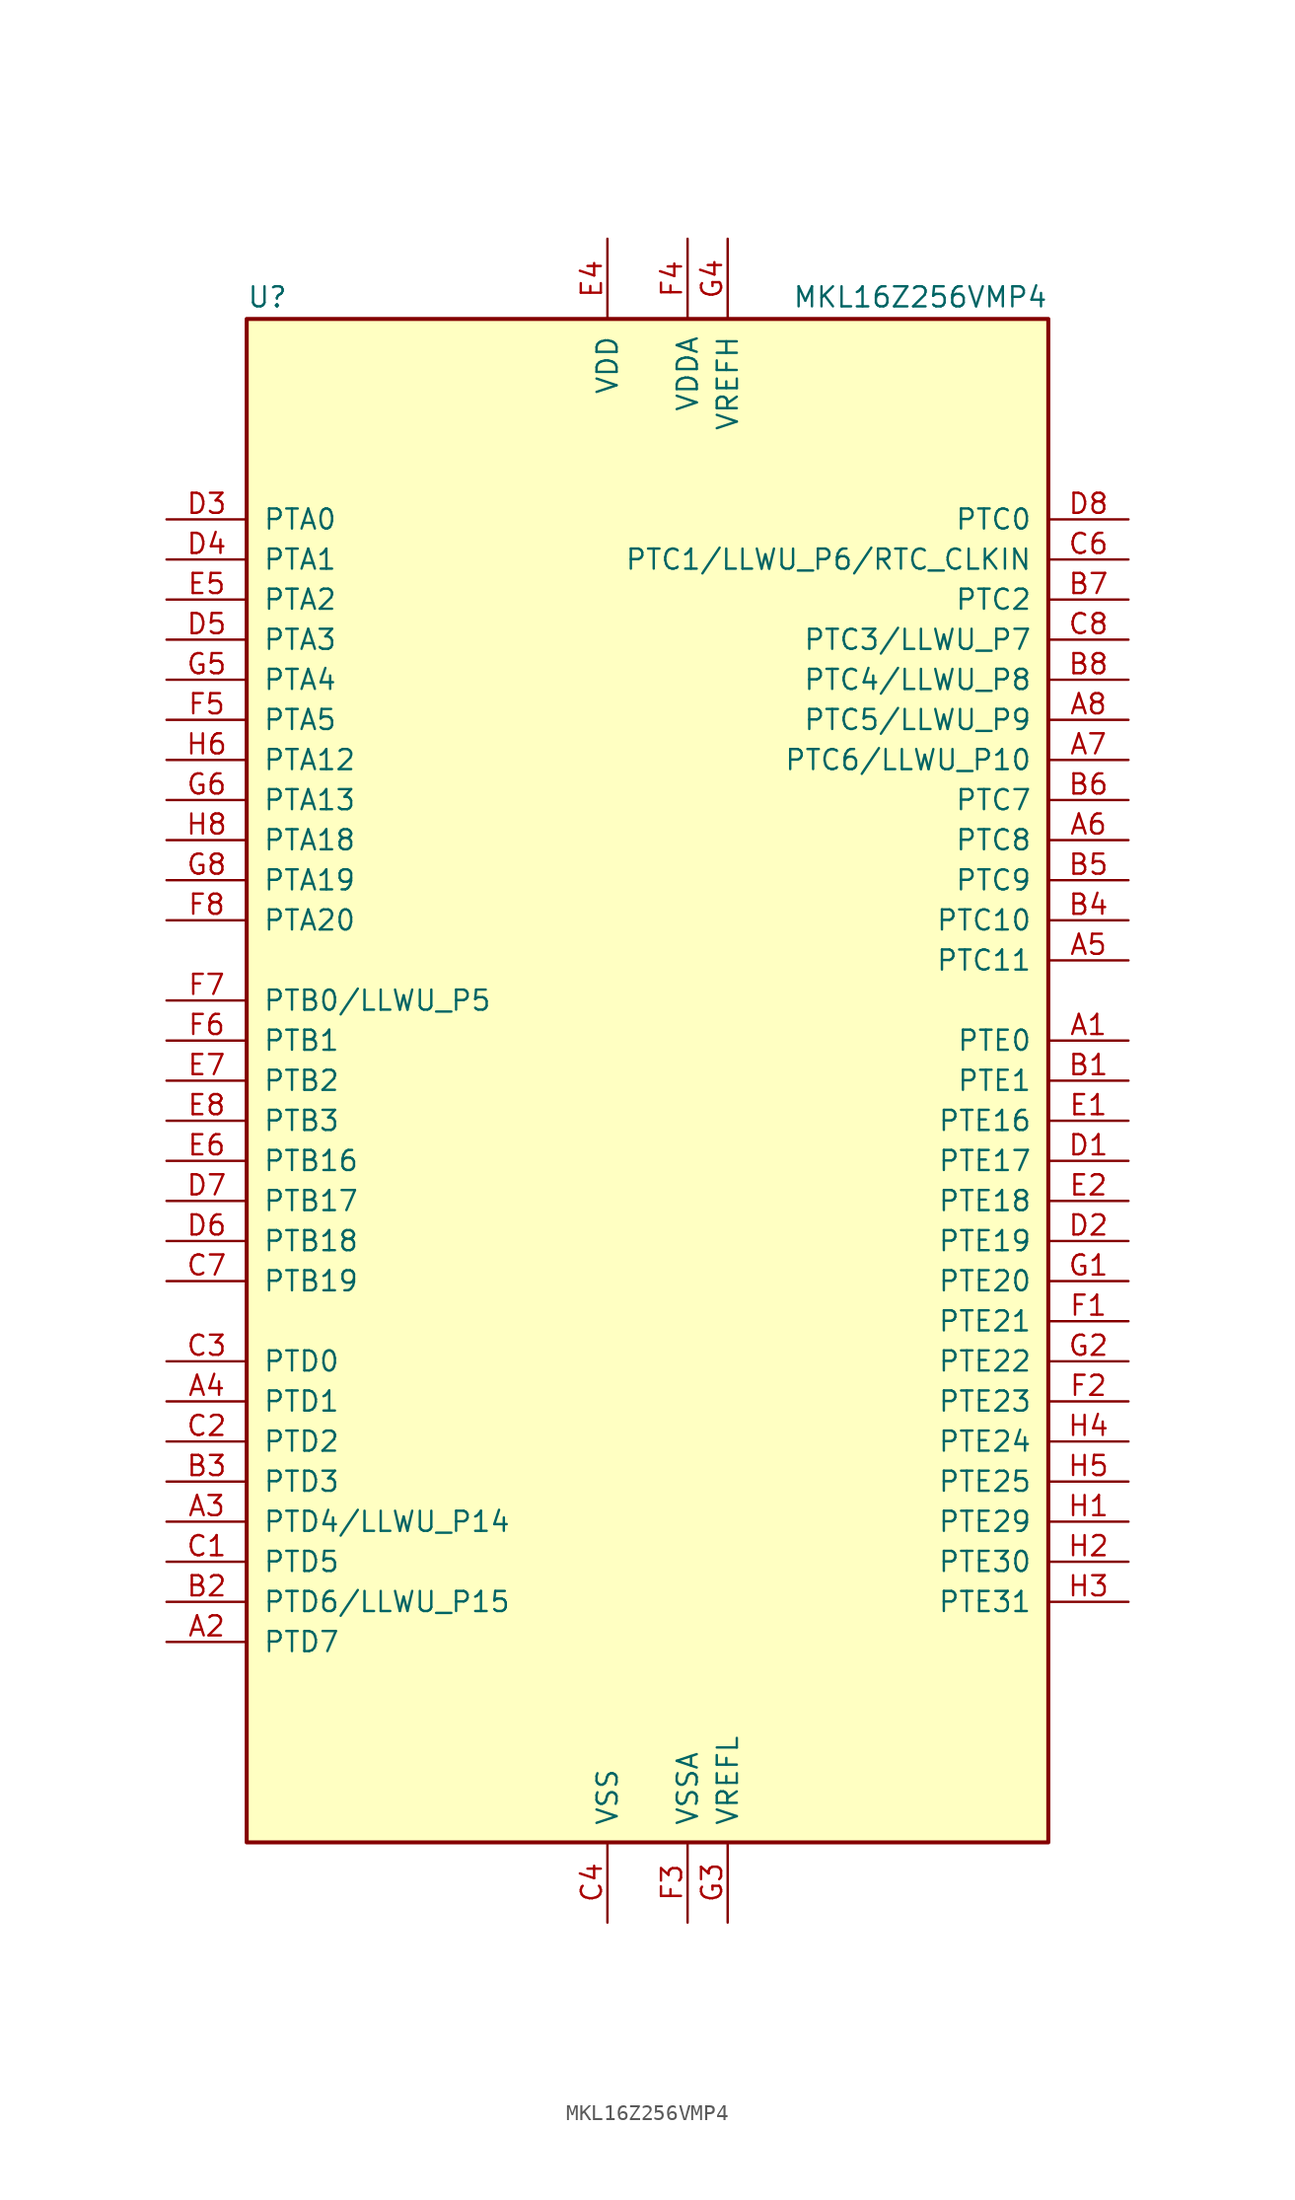
<source format=kicad_sym>
(kicad_symbol_lib
  (version 20220914)
  (generator kicad_symbol_editor)
  (symbol "MKL16Z256VMP4"
    (pin_names
      (offset 1.016))
    (property "Reference" "U"
      (at -25.4 48.895 0)
      (effects (font (size 1.27 1.27)) (justify left bottom)))
    (property "Value" "MKL16Z256VMP4"
      (at 25.4 48.895 0)
      (effects (font (size 1.27 1.27)) (justify right bottom)))
    (symbol "MKL16Z256VMP4_0_1"
      (rectangle (start -25.4 48.26) (end 25.4 -48.26) (stroke (width 0.254) (type default)) (fill (type background))))
    (symbol "MKL16Z256VMP4_1_1"
      (pin bidirectional line (at 30.48 2.54 180) (length 5.08) (name "PTE0" (effects (font (size 1.27 1.27)))) (number "A1" (effects (font (size 1.27 1.27)))))
      (pin bidirectional line (at -30.48 -35.56 0) (length 5.08) (name "PTD7" (effects (font (size 1.27 1.27)))) (number "A2" (effects (font (size 1.27 1.27)))))
      (pin bidirectional line (at -30.48 -27.94 0) (length 5.08) (name "PTD4/LLWU_P14" (effects (font (size 1.27 1.27)))) (number "A3" (effects (font (size 1.27 1.27)))))
      (pin bidirectional line (at -30.48 -20.32 0) (length 5.08) (name "PTD1" (effects (font (size 1.27 1.27)))) (number "A4" (effects (font (size 1.27 1.27)))))
      (pin bidirectional line (at 30.48 7.62 180) (length 5.08) (name "PTC11" (effects (font (size 1.27 1.27)))) (number "A5" (effects (font (size 1.27 1.27)))))
      (pin bidirectional line (at 30.48 15.24 180) (length 5.08) (name "PTC8" (effects (font (size 1.27 1.27)))) (number "A6" (effects (font (size 1.27 1.27)))))
      (pin bidirectional line (at 30.48 20.32 180) (length 5.08) (name "PTC6/LLWU_P10" (effects (font (size 1.27 1.27)))) (number "A7" (effects (font (size 1.27 1.27)))))
      (pin bidirectional line (at 30.48 22.86 180) (length 5.08) (name "PTC5/LLWU_P9" (effects (font (size 1.27 1.27)))) (number "A8" (effects (font (size 1.27 1.27)))))
      (pin bidirectional line (at 30.48 0 180) (length 5.08) (name "PTE1" (effects (font (size 1.27 1.27)))) (number "B1" (effects (font (size 1.27 1.27)))))
      (pin bidirectional line (at -30.48 -33.02 0) (length 5.08) (name "PTD6/LLWU_P15" (effects (font (size 1.27 1.27)))) (number "B2" (effects (font (size 1.27 1.27)))))
      (pin bidirectional line (at -30.48 -25.4 0) (length 5.08) (name "PTD3" (effects (font (size 1.27 1.27)))) (number "B3" (effects (font (size 1.27 1.27)))))
      (pin bidirectional line (at 30.48 10.16 180) (length 5.08) (name "PTC10" (effects (font (size 1.27 1.27)))) (number "B4" (effects (font (size 1.27 1.27)))))
      (pin bidirectional line (at 30.48 12.7 180) (length 5.08) (name "PTC9" (effects (font (size 1.27 1.27)))) (number "B5" (effects (font (size 1.27 1.27)))))
      (pin bidirectional line (at 30.48 17.78 180) (length 5.08) (name "PTC7" (effects (font (size 1.27 1.27)))) (number "B6" (effects (font (size 1.27 1.27)))))
      (pin bidirectional line (at 30.48 30.48 180) (length 5.08) (name "PTC2" (effects (font (size 1.27 1.27)))) (number "B7" (effects (font (size 1.27 1.27)))))
      (pin bidirectional line (at 30.48 25.4 180) (length 5.08) (name "PTC4/LLWU_P8" (effects (font (size 1.27 1.27)))) (number "B8" (effects (font (size 1.27 1.27)))))
      (pin bidirectional line (at -30.48 -30.48 0) (length 5.08) (name "PTD5" (effects (font (size 1.27 1.27)))) (number "C1" (effects (font (size 1.27 1.27)))))
      (pin bidirectional line (at -30.48 -22.86 0) (length 5.08) (name "PTD2" (effects (font (size 1.27 1.27)))) (number "C2" (effects (font (size 1.27 1.27)))))
      (pin bidirectional line (at -30.48 -17.78 0) (length 5.08) (name "PTD0" (effects (font (size 1.27 1.27)))) (number "C3" (effects (font (size 1.27 1.27)))))
      (pin power_in line (at -2.54 -53.34 90) (length 5.08) (name "VSS" (effects (font (size 1.27 1.27)))) (number "C4" (effects (font (size 1.27 1.27)))))
      (pin no_connect line (at -15.24 -53.34 90) (length 5.08) hide (name "NC" (effects (font (size 1.27 1.27)))) (number "C5" (effects (font (size 1.27 1.27)))))
      (pin bidirectional line (at 30.48 33.02 180) (length 5.08) (name "PTC1/LLWU_P6/RTC_CLKIN" (effects (font (size 1.27 1.27)))) (number "C6" (effects (font (size 1.27 1.27)))))
      (pin bidirectional line (at -30.48 -12.7 0) (length 5.08) (name "PTB19" (effects (font (size 1.27 1.27)))) (number "C7" (effects (font (size 1.27 1.27)))))
      (pin bidirectional line (at 30.48 27.94 180) (length 5.08) (name "PTC3/LLWU_P7" (effects (font (size 1.27 1.27)))) (number "C8" (effects (font (size 1.27 1.27)))))
      (pin bidirectional line (at 30.48 -5.08 180) (length 5.08) (name "PTE17" (effects (font (size 1.27 1.27)))) (number "D1" (effects (font (size 1.27 1.27)))))
      (pin bidirectional line (at 30.48 -10.16 180) (length 5.08) (name "PTE19" (effects (font (size 1.27 1.27)))) (number "D2" (effects (font (size 1.27 1.27)))))
      (pin bidirectional line (at -30.48 35.56 0) (length 5.08) (name "PTA0" (effects (font (size 1.27 1.27)))) (number "D3" (effects (font (size 1.27 1.27)))))
      (pin bidirectional line (at -30.48 33.02 0) (length 5.08) (name "PTA1" (effects (font (size 1.27 1.27)))) (number "D4" (effects (font (size 1.27 1.27)))))
      (pin bidirectional line (at -30.48 27.94 0) (length 5.08) (name "PTA3" (effects (font (size 1.27 1.27)))) (number "D5" (effects (font (size 1.27 1.27)))))
      (pin bidirectional line (at -30.48 -10.16 0) (length 5.08) (name "PTB18" (effects (font (size 1.27 1.27)))) (number "D6" (effects (font (size 1.27 1.27)))))
      (pin bidirectional line (at -30.48 -7.62 0) (length 5.08) (name "PTB17" (effects (font (size 1.27 1.27)))) (number "D7" (effects (font (size 1.27 1.27)))))
      (pin bidirectional line (at 30.48 35.56 180) (length 5.08) (name "PTC0" (effects (font (size 1.27 1.27)))) (number "D8" (effects (font (size 1.27 1.27)))))
      (pin bidirectional line (at 30.48 -2.54 180) (length 5.08) (name "PTE16" (effects (font (size 1.27 1.27)))) (number "E1" (effects (font (size 1.27 1.27)))))
      (pin bidirectional line (at 30.48 -7.62 180) (length 5.08) (name "PTE18" (effects (font (size 1.27 1.27)))) (number "E2" (effects (font (size 1.27 1.27)))))
      (pin passive line (at -2.54 -53.34 90) (length 5.08) hide (name "VSS" (effects (font (size 1.27 1.27)))) (number "E3" (effects (font (size 1.27 1.27)))))
      (pin power_in line (at -2.54 53.34 270) (length 5.08) (name "VDD" (effects (font (size 1.27 1.27)))) (number "E4" (effects (font (size 1.27 1.27)))))
      (pin bidirectional line (at -30.48 30.48 0) (length 5.08) (name "PTA2" (effects (font (size 1.27 1.27)))) (number "E5" (effects (font (size 1.27 1.27)))))
      (pin bidirectional line (at -30.48 -5.08 0) (length 5.08) (name "PTB16" (effects (font (size 1.27 1.27)))) (number "E6" (effects (font (size 1.27 1.27)))))
      (pin bidirectional line (at -30.48 0 0) (length 5.08) (name "PTB2" (effects (font (size 1.27 1.27)))) (number "E7" (effects (font (size 1.27 1.27)))))
      (pin bidirectional line (at -30.48 -2.54 0) (length 5.08) (name "PTB3" (effects (font (size 1.27 1.27)))) (number "E8" (effects (font (size 1.27 1.27)))))
      (pin bidirectional line (at 30.48 -15.24 180) (length 5.08) (name "PTE21" (effects (font (size 1.27 1.27)))) (number "F1" (effects (font (size 1.27 1.27)))))
      (pin bidirectional line (at 30.48 -20.32 180) (length 5.08) (name "PTE23" (effects (font (size 1.27 1.27)))) (number "F2" (effects (font (size 1.27 1.27)))))
      (pin power_in line (at 2.54 -53.34 90) (length 5.08) (name "VSSA" (effects (font (size 1.27 1.27)))) (number "F3" (effects (font (size 1.27 1.27)))))
      (pin power_in line (at 2.54 53.34 270) (length 5.08) (name "VDDA" (effects (font (size 1.27 1.27)))) (number "F4" (effects (font (size 1.27 1.27)))))
      (pin bidirectional line (at -30.48 22.86 0) (length 5.08) (name "PTA5" (effects (font (size 1.27 1.27)))) (number "F5" (effects (font (size 1.27 1.27)))))
      (pin bidirectional line (at -30.48 2.54 0) (length 5.08) (name "PTB1" (effects (font (size 1.27 1.27)))) (number "F6" (effects (font (size 1.27 1.27)))))
      (pin bidirectional line (at -30.48 5.08 0) (length 5.08) (name "PTB0/LLWU_P5" (effects (font (size 1.27 1.27)))) (number "F7" (effects (font (size 1.27 1.27)))))
      (pin bidirectional line (at -30.48 10.16 0) (length 5.08) (name "PTA20" (effects (font (size 1.27 1.27)))) (number "F8" (effects (font (size 1.27 1.27)))))
      (pin bidirectional line (at 30.48 -12.7 180) (length 5.08) (name "PTE20" (effects (font (size 1.27 1.27)))) (number "G1" (effects (font (size 1.27 1.27)))))
      (pin bidirectional line (at 30.48 -17.78 180) (length 5.08) (name "PTE22" (effects (font (size 1.27 1.27)))) (number "G2" (effects (font (size 1.27 1.27)))))
      (pin power_in line (at 5.08 -53.34 90) (length 5.08) (name "VREFL" (effects (font (size 1.27 1.27)))) (number "G3" (effects (font (size 1.27 1.27)))))
      (pin power_in line (at 5.08 53.34 270) (length 5.08) (name "VREFH" (effects (font (size 1.27 1.27)))) (number "G4" (effects (font (size 1.27 1.27)))))
      (pin bidirectional line (at -30.48 25.4 0) (length 5.08) (name "PTA4" (effects (font (size 1.27 1.27)))) (number "G5" (effects (font (size 1.27 1.27)))))
      (pin bidirectional line (at -30.48 17.78 0) (length 5.08) (name "PTA13" (effects (font (size 1.27 1.27)))) (number "G6" (effects (font (size 1.27 1.27)))))
      (pin passive line (at -2.54 53.34 270) (length 5.08) hide (name "VDD" (effects (font (size 1.27 1.27)))) (number "G7" (effects (font (size 1.27 1.27)))))
      (pin bidirectional line (at -30.48 12.7 0) (length 5.08) (name "PTA19" (effects (font (size 1.27 1.27)))) (number "G8" (effects (font (size 1.27 1.27)))))
      (pin bidirectional line (at 30.48 -27.94 180) (length 5.08) (name "PTE29" (effects (font (size 1.27 1.27)))) (number "H1" (effects (font (size 1.27 1.27)))))
      (pin bidirectional line (at 30.48 -30.48 180) (length 5.08) (name "PTE30" (effects (font (size 1.27 1.27)))) (number "H2" (effects (font (size 1.27 1.27)))))
      (pin bidirectional line (at 30.48 -33.02 180) (length 5.08) (name "PTE31" (effects (font (size 1.27 1.27)))) (number "H3" (effects (font (size 1.27 1.27)))))
      (pin bidirectional line (at 30.48 -22.86 180) (length 5.08) (name "PTE24" (effects (font (size 1.27 1.27)))) (number "H4" (effects (font (size 1.27 1.27)))))
      (pin bidirectional line (at 30.48 -25.4 180) (length 5.08) (name "PTE25" (effects (font (size 1.27 1.27)))) (number "H5" (effects (font (size 1.27 1.27)))))
      (pin bidirectional line (at -30.48 20.32 0) (length 5.08) (name "PTA12" (effects (font (size 1.27 1.27)))) (number "H6" (effects (font (size 1.27 1.27)))))
      (pin passive line (at -2.54 -53.34 90) (length 5.08) hide (name "VSS" (effects (font (size 1.27 1.27)))) (number "H7" (effects (font (size 1.27 1.27)))))
      (pin bidirectional line (at -30.48 15.24 0) (length 5.08) (name "PTA18" (effects (font (size 1.27 1.27)))) (number "H8" (effects (font (size 1.27 1.27))))))))
</source>
